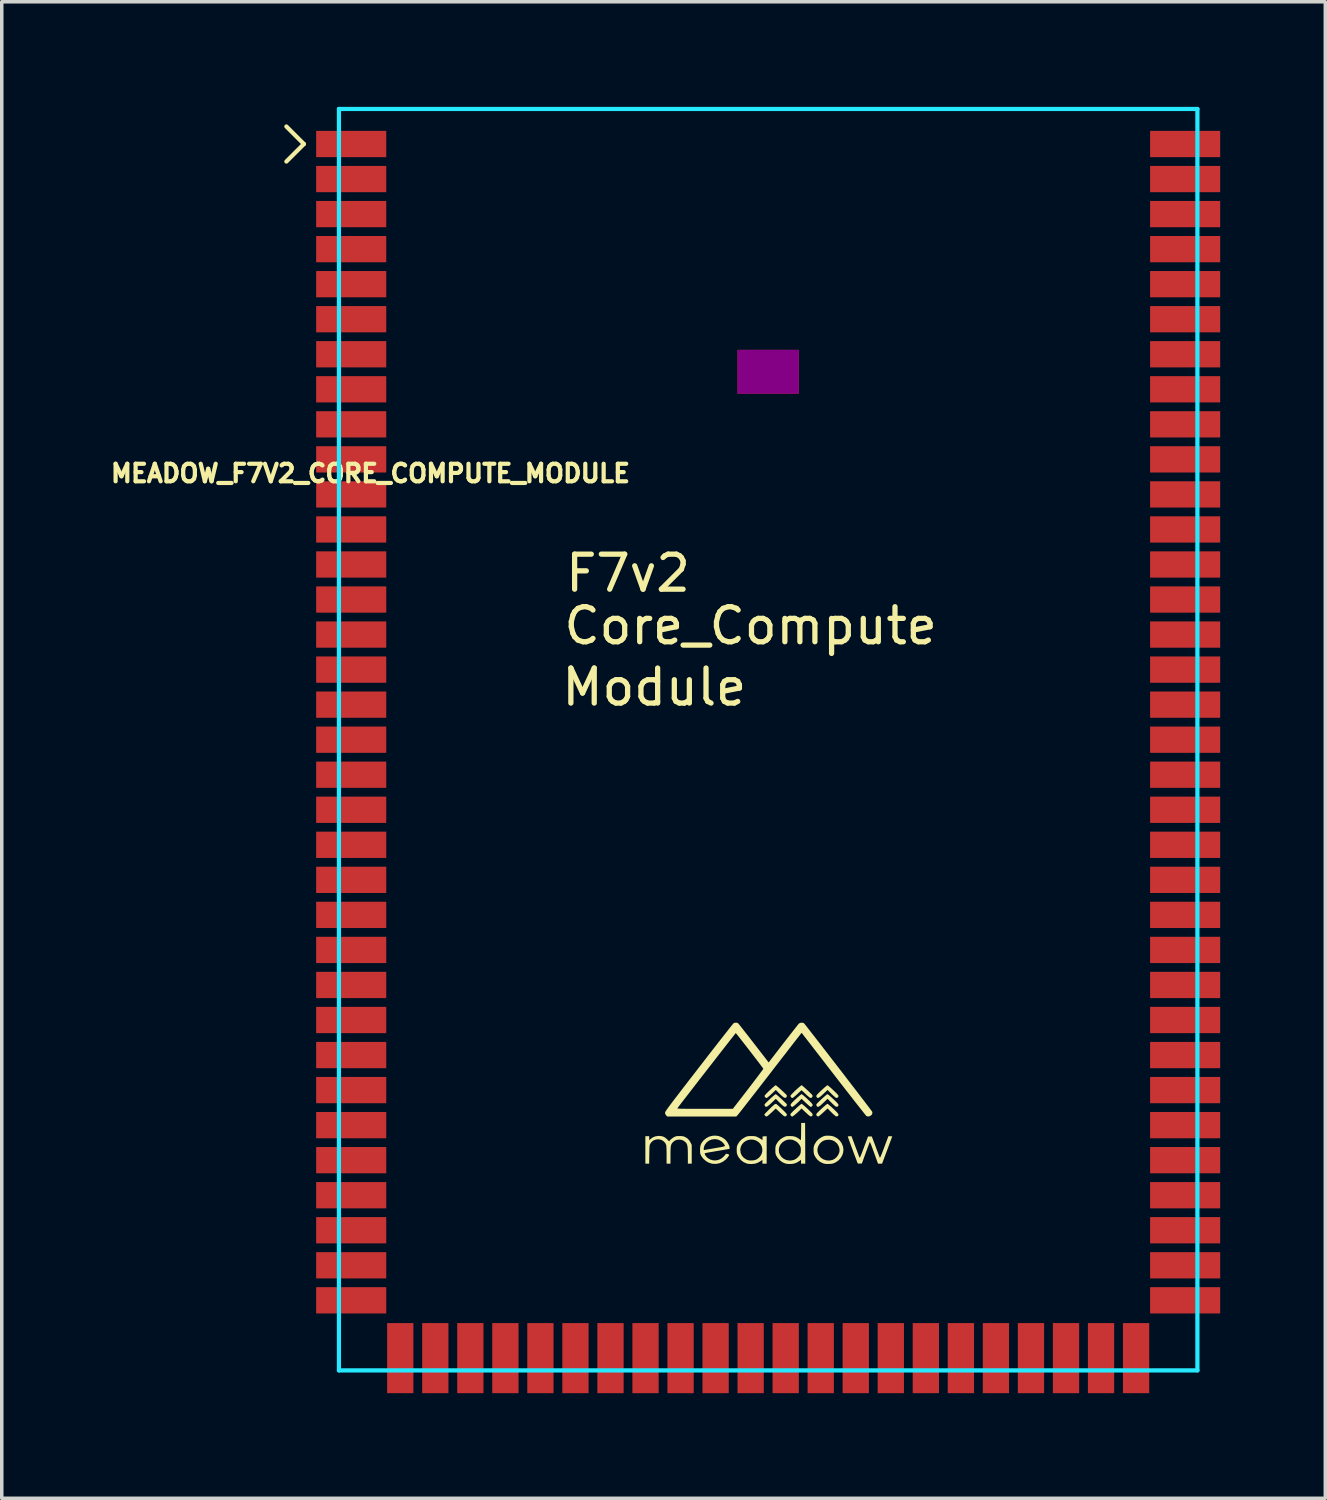
<source format=kicad_pcb>
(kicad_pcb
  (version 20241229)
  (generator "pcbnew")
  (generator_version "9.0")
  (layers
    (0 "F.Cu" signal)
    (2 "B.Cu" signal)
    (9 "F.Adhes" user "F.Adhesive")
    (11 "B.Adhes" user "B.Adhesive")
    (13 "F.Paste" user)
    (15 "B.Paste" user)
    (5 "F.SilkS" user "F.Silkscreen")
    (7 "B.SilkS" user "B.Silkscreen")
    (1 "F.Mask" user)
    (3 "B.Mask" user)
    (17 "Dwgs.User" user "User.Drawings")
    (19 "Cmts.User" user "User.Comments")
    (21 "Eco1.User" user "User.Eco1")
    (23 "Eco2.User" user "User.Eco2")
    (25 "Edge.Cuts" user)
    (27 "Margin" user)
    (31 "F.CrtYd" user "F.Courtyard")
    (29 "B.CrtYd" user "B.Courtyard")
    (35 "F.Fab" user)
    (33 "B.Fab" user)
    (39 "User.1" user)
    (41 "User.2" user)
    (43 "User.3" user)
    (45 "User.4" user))
  (footprint "MEADOW_F7V2_CORE_COMPUTE_MODULE"
    (layer "F.Cu")
    (at 18.873 14.06)
    (property "Reference" "MEADOW_F7V2_CORE_COMPUTE_MODULE" (at -11.35 -3.6 180) (layer "F.SilkS") (effects (font (size 0.5 0.5) (thickness 0.12))))
    (attr smd)
    (fp_line (start -13.75 -13.5) (end -13.25 -13) (stroke (width 0.12) (type solid)) (layer "F.SilkS"))
    (fp_line (start -13.25 -13) (end -13.75 -12.5) (stroke (width 0.12) (type solid)) (layer "F.SilkS"))
    (fp_poly (pts (xy 1.705 14.123) (xy 1.731 14.143) (xy 1.767 14.174) (xy 1.811 14.213) (xy 1.858 14.256) (xy 1.913 14.308) (xy 1.953 14.348) (xy 1.98 14.378) (xy 1.997 14.4) (xy 2.005 14.417) (xy 2.007 14.427) (xy 1.998 14.456) (xy 1.974 14.474) (xy 1.941 14.476) (xy 1.937 14.475) (xy 1.921 14.465) (xy 1.893 14.443) (xy 1.857 14.41) (xy 1.816 14.371) (xy 1.804 14.359) (xy 1.695 14.249) (xy 1.574 14.364) (xy 1.52 14.415) (xy 1.479 14.449) (xy 1.447 14.47) (xy 1.424 14.479) (xy 1.405 14.475) (xy 1.39 14.461) (xy 1.384 14.453) (xy 1.373 14.427) (xy 1.378 14.404) (xy 1.391 14.388) (xy 1.416 14.361) (xy 1.451 14.326) (xy 1.492 14.287) (xy 1.536 14.246) (xy 1.58 14.206) (xy 1.621 14.17) (xy 1.655 14.141) (xy 1.68 14.122) (xy 1.692 14.116) (xy 1.705 14.123)) (stroke (width 0) (type solid)) (fill yes) (layer "F.SilkS"))
    (fp_poly (pts (xy 0.228 14.123) (xy 0.253 14.143) (xy 0.288 14.172) (xy 0.329 14.208) (xy 0.373 14.248) (xy 0.417 14.289) (xy 0.458 14.328) (xy 0.493 14.362) (xy 0.519 14.388) (xy 0.532 14.404) (xy 0.533 14.406) (xy 0.533 14.432) (xy 0.518 14.458) (xy 0.494 14.474) (xy 0.492 14.475) (xy 0.474 14.475) (xy 0.453 14.468) (xy 0.426 14.45) (xy 0.391 14.421) (xy 0.346 14.379) (xy 0.299 14.332) (xy 0.218 14.249) (xy 0.097 14.364) (xy 0.043 14.414) (xy 0.001 14.449) (xy -0.03 14.47) (xy -0.054 14.479) (xy -0.072 14.475) (xy -0.088 14.461) (xy -0.093 14.453) (xy -0.105 14.426) (xy -0.1 14.405) (xy -0.087 14.389) (xy -0.062 14.362) (xy -0.027 14.328) (xy 0.014 14.288) (xy 0.058 14.247) (xy 0.102 14.207) (xy 0.143 14.171) (xy 0.178 14.142) (xy 0.203 14.123) (xy 0.216 14.116) (xy 0.228 14.123)) (stroke (width 0) (type solid)) (fill yes) (layer "F.SilkS"))
    (fp_poly (pts (xy 1.705 14.398) (xy 1.731 14.419) (xy 1.767 14.449) (xy 1.811 14.488) (xy 1.858 14.532) (xy 1.913 14.584) (xy 1.953 14.624) (xy 1.98 14.654) (xy 1.997 14.676) (xy 2.005 14.693) (xy 2.007 14.702) (xy 1.998 14.731) (xy 1.974 14.749) (xy 1.941 14.752) (xy 1.937 14.751) (xy 1.921 14.741) (xy 1.893 14.718) (xy 1.857 14.686) (xy 1.816 14.647) (xy 1.804 14.635) (xy 1.695 14.525) (xy 1.571 14.64) (xy 1.526 14.68) (xy 1.487 14.714) (xy 1.455 14.739) (xy 1.434 14.753) (xy 1.429 14.755) (xy 1.409 14.748) (xy 1.39 14.733) (xy 1.374 14.714) (xy 1.37 14.697) (xy 1.38 14.677) (xy 1.403 14.649) (xy 1.43 14.62) (xy 1.466 14.585) (xy 1.508 14.545) (xy 1.552 14.505) (xy 1.595 14.467) (xy 1.634 14.433) (xy 1.666 14.408) (xy 1.686 14.394) (xy 1.692 14.391) (xy 1.705 14.398)) (stroke (width 0) (type solid)) (fill yes) (layer "F.SilkS"))
    (fp_poly (pts (xy 1.706 13.869) (xy 1.732 13.89) (xy 1.768 13.92) (xy 1.812 13.959) (xy 1.858 14.003) (xy 1.913 14.055) (xy 1.953 14.095) (xy 1.981 14.125) (xy 1.997 14.148) (xy 2.006 14.164) (xy 2.007 14.173) (xy 1.998 14.202) (xy 1.974 14.22) (xy 1.941 14.223) (xy 1.937 14.222) (xy 1.921 14.212) (xy 1.893 14.189) (xy 1.857 14.157) (xy 1.816 14.118) (xy 1.804 14.106) (xy 1.695 13.996) (xy 1.573 14.111) (xy 1.519 14.161) (xy 1.478 14.195) (xy 1.447 14.216) (xy 1.423 14.225) (xy 1.405 14.221) (xy 1.39 14.208) (xy 1.386 14.203) (xy 1.377 14.188) (xy 1.373 14.174) (xy 1.377 14.159) (xy 1.388 14.139) (xy 1.41 14.114) (xy 1.443 14.08) (xy 1.489 14.036) (xy 1.547 13.982) (xy 1.592 13.941) (xy 1.632 13.906) (xy 1.665 13.88) (xy 1.686 13.865) (xy 1.693 13.862) (xy 1.706 13.869)) (stroke (width 0) (type solid)) (fill yes) (layer "F.SilkS"))
    (fp_poly (pts (xy 0.228 13.869) (xy 0.253 13.889) (xy 0.288 13.918) (xy 0.329 13.954) (xy 0.373 13.994) (xy 0.417 14.035) (xy 0.459 14.074) (xy 0.494 14.108) (xy 0.519 14.135) (xy 0.532 14.151) (xy 0.533 14.152) (xy 0.533 14.179) (xy 0.518 14.205) (xy 0.494 14.221) (xy 0.492 14.221) (xy 0.473 14.221) (xy 0.448 14.21) (xy 0.416 14.187) (xy 0.374 14.151) (xy 0.322 14.101) (xy 0.288 14.068) (xy 0.218 13.996) (xy 0.096 14.111) (xy 0.052 14.151) (xy 0.013 14.185) (xy -0.019 14.21) (xy -0.04 14.224) (xy -0.045 14.226) (xy -0.068 14.218) (xy -0.087 14.205) (xy -0.102 14.178) (xy -0.102 14.16) (xy -0.092 14.145) (xy -0.069 14.119) (xy -0.036 14.084) (xy 0.004 14.045) (xy 0.048 14.003) (xy 0.093 13.962) (xy 0.135 13.924) (xy 0.171 13.893) (xy 0.199 13.871) (xy 0.215 13.862) (xy 0.216 13.862) (xy 0.228 13.869)) (stroke (width 0) (type solid)) (fill yes) (layer "F.SilkS"))
    (fp_poly (pts (xy 0.967 14.123) (xy 0.994 14.143) (xy 1.03 14.174) (xy 1.074 14.212) (xy 1.12 14.255) (xy 1.174 14.306) (xy 1.214 14.345) (xy 1.241 14.375) (xy 1.258 14.396) (xy 1.266 14.413) (xy 1.269 14.425) (xy 1.259 14.456) (xy 1.234 14.475) (xy 1.211 14.479) (xy 1.199 14.472) (xy 1.173 14.452) (xy 1.138 14.422) (xy 1.097 14.385) (xy 1.075 14.364) (xy 0.952 14.249) (xy 0.904 14.299) (xy 0.867 14.336) (xy 0.826 14.374) (xy 0.785 14.411) (xy 0.747 14.442) (xy 0.716 14.466) (xy 0.697 14.478) (xy 0.692 14.479) (xy 0.672 14.474) (xy 0.66 14.468) (xy 0.645 14.448) (xy 0.64 14.425) (xy 0.643 14.411) (xy 0.652 14.395) (xy 0.669 14.373) (xy 0.697 14.343) (xy 0.737 14.304) (xy 0.789 14.255) (xy 0.837 14.21) (xy 0.88 14.172) (xy 0.916 14.142) (xy 0.942 14.122) (xy 0.954 14.116) (xy 0.967 14.123)) (stroke (width 0) (type solid)) (fill yes) (layer "F.SilkS"))
    (fp_poly (pts (xy 0.229 14.396) (xy 0.243 14.406) (xy 0.27 14.428) (xy 0.307 14.461) (xy 0.351 14.501) (xy 0.395 14.543) (xy 0.447 14.594) (xy 0.485 14.632) (xy 0.511 14.66) (xy 0.527 14.68) (xy 0.534 14.695) (xy 0.534 14.706) (xy 0.534 14.709) (xy 0.519 14.734) (xy 0.501 14.747) (xy 0.487 14.751) (xy 0.473 14.751) (xy 0.456 14.744) (xy 0.433 14.728) (xy 0.402 14.701) (xy 0.359 14.662) (xy 0.321 14.626) (xy 0.216 14.527) (xy 0.095 14.641) (xy 0.051 14.681) (xy 0.012 14.715) (xy -0.02 14.74) (xy -0.041 14.753) (xy -0.046 14.755) (xy -0.068 14.748) (xy -0.087 14.733) (xy -0.104 14.712) (xy -0.11 14.697) (xy -0.102 14.686) (xy -0.082 14.663) (xy -0.051 14.63) (xy -0.013 14.592) (xy 0.028 14.55) (xy 0.071 14.509) (xy 0.111 14.471) (xy 0.147 14.438) (xy 0.174 14.415) (xy 0.185 14.406) (xy 0.21 14.396) (xy 0.229 14.396)) (stroke (width 0) (type solid)) (fill yes) (layer "F.SilkS"))
    (fp_poly (pts (xy 0.967 13.869) (xy 0.992 13.889) (xy 1.025 13.918) (xy 1.066 13.954) (xy 1.109 13.994) (xy 1.153 14.034) (xy 1.193 14.073) (xy 1.226 14.106) (xy 1.251 14.131) (xy 1.26 14.143) (xy 1.268 14.17) (xy 1.259 14.198) (xy 1.238 14.218) (xy 1.211 14.226) (xy 1.194 14.218) (xy 1.164 14.197) (xy 1.127 14.166) (xy 1.099 14.14) (xy 1.06 14.103) (xy 1.023 14.068) (xy 0.994 14.041) (xy 0.98 14.029) (xy 0.95 14.003) (xy 0.831 14.114) (xy 0.788 14.154) (xy 0.749 14.187) (xy 0.718 14.212) (xy 0.698 14.225) (xy 0.693 14.226) (xy 0.671 14.218) (xy 0.652 14.205) (xy 0.637 14.178) (xy 0.637 14.16) (xy 0.647 14.145) (xy 0.67 14.119) (xy 0.703 14.084) (xy 0.743 14.044) (xy 0.787 14.002) (xy 0.832 13.961) (xy 0.874 13.924) (xy 0.911 13.893) (xy 0.938 13.871) (xy 0.954 13.862) (xy 0.955 13.862) (xy 0.967 13.869)) (stroke (width 0) (type solid)) (fill yes) (layer "F.SilkS"))
    (fp_poly (pts (xy 0.967 14.398) (xy 0.993 14.419) (xy 1.03 14.449) (xy 1.074 14.488) (xy 1.12 14.531) (xy 1.174 14.582) (xy 1.213 14.621) (xy 1.241 14.65) (xy 1.258 14.671) (xy 1.266 14.688) (xy 1.269 14.701) (xy 1.269 14.702) (xy 1.262 14.73) (xy 1.242 14.746) (xy 1.227 14.751) (xy 1.213 14.751) (xy 1.196 14.745) (xy 1.174 14.729) (xy 1.144 14.704) (xy 1.103 14.667) (xy 1.058 14.625) (xy 0.952 14.525) (xy 0.915 14.564) (xy 0.882 14.597) (xy 0.843 14.633) (xy 0.802 14.67) (xy 0.763 14.703) (xy 0.729 14.73) (xy 0.704 14.748) (xy 0.693 14.754) (xy 0.669 14.749) (xy 0.665 14.748) (xy 0.644 14.729) (xy 0.635 14.701) (xy 0.64 14.679) (xy 0.653 14.662) (xy 0.678 14.636) (xy 0.713 14.601) (xy 0.754 14.562) (xy 0.798 14.521) (xy 0.842 14.481) (xy 0.883 14.445) (xy 0.918 14.417) (xy 0.942 14.398) (xy 0.954 14.391) (xy 0.967 14.398)) (stroke (width 0) (type solid)) (fill yes) (layer "F.SilkS"))
    (fp_poly (pts (xy -0.424 15.313) (xy -0.385 15.316) (xy -0.353 15.322) (xy -0.322 15.334) (xy -0.305 15.342) (xy -0.264 15.363) (xy -0.224 15.386) (xy -0.204 15.4) (xy -0.166 15.429) (xy -0.162 15.376) (xy -0.159 15.323) (xy -0.101 15.319) (xy -0.043 15.316) (xy -0.043 16.1) (xy -0.165 16.1) (xy -0.165 15.99) (xy -0.219 16.029) (xy -0.299 16.075) (xy -0.383 16.102) (xy -0.477 16.11) (xy -0.481 16.11) (xy -0.53 16.108) (xy -0.577 16.103) (xy -0.612 16.095) (xy -0.613 16.095) (xy -0.7 16.057) (xy -0.775 16.001) (xy -0.836 15.928) (xy -0.869 15.87) (xy -0.883 15.835) (xy -0.892 15.802) (xy -0.897 15.763) (xy -0.898 15.711) (xy -0.898 15.709) (xy -0.898 15.708) (xy -0.796 15.708) (xy -0.786 15.79) (xy -0.756 15.862) (xy -0.708 15.922) (xy -0.643 15.971) (xy -0.585 15.997) (xy -0.539 16.007) (xy -0.482 16.009) (xy -0.422 16.005) (xy -0.368 15.994) (xy -0.335 15.981) (xy -0.269 15.936) (xy -0.219 15.88) (xy -0.185 15.815) (xy -0.168 15.747) (xy -0.168 15.677) (xy -0.184 15.608) (xy -0.217 15.545) (xy -0.266 15.49) (xy -0.332 15.446) (xy -0.338 15.443) (xy -0.414 15.417) (xy -0.49 15.411) (xy -0.563 15.421) (xy -0.632 15.448) (xy -0.692 15.488) (xy -0.741 15.541) (xy -0.776 15.604) (xy -0.794 15.676) (xy -0.796 15.708) (xy -0.898 15.708) (xy -0.897 15.657) (xy -0.893 15.619) (xy -0.885 15.588) (xy -0.871 15.555) (xy -0.867 15.546) (xy -0.815 15.466) (xy -0.747 15.399) (xy -0.665 15.348) (xy -0.663 15.347) (xy -0.626 15.33) (xy -0.596 15.32) (xy -0.565 15.315) (xy -0.524 15.312) (xy -0.479 15.312) (xy -0.424 15.313)) (stroke (width 0) (type solid)) (fill yes) (layer "F.SilkS"))
    (fp_poly (pts (xy 1.715 15.302) (xy 1.777 15.304) (xy 1.825 15.311) (xy 1.869 15.324) (xy 1.878 15.327) (xy 1.964 15.372) (xy 2.036 15.434) (xy 2.093 15.51) (xy 2.131 15.598) (xy 2.135 15.609) (xy 2.148 15.693) (xy 2.141 15.778) (xy 2.115 15.859) (xy 2.072 15.935) (xy 2.013 16.001) (xy 1.94 16.054) (xy 1.908 16.071) (xy 1.87 16.088) (xy 1.836 16.099) (xy 1.798 16.105) (xy 1.749 16.108) (xy 1.732 16.108) (xy 1.67 16.109) (xy 1.622 16.104) (xy 1.582 16.095) (xy 1.57 16.091) (xy 1.482 16.049) (xy 1.408 15.99) (xy 1.35 15.915) (xy 1.325 15.869) (xy 1.31 15.834) (xy 1.302 15.801) (xy 1.297 15.762) (xy 1.297 15.73) (xy 1.405 15.73) (xy 1.418 15.8) (xy 1.449 15.865) (xy 1.497 15.923) (xy 1.562 15.97) (xy 1.583 15.98) (xy 1.662 16.006) (xy 1.746 16.012) (xy 1.828 15.996) (xy 1.833 15.995) (xy 1.898 15.962) (xy 1.955 15.911) (xy 2 15.849) (xy 2.029 15.779) (xy 2.036 15.743) (xy 2.035 15.677) (xy 2.016 15.609) (xy 1.982 15.546) (xy 1.96 15.519) (xy 1.901 15.467) (xy 1.836 15.434) (xy 1.762 15.418) (xy 1.721 15.417) (xy 1.64 15.424) (xy 1.571 15.448) (xy 1.511 15.49) (xy 1.48 15.521) (xy 1.435 15.587) (xy 1.41 15.658) (xy 1.405 15.73) (xy 1.297 15.73) (xy 1.296 15.71) (xy 1.296 15.708) (xy 1.297 15.658) (xy 1.301 15.621) (xy 1.309 15.59) (xy 1.323 15.556) (xy 1.332 15.536) (xy 1.382 15.458) (xy 1.448 15.393) (xy 1.532 15.341) (xy 1.542 15.336) (xy 1.581 15.318) (xy 1.613 15.308) (xy 1.647 15.303) (xy 1.691 15.301) (xy 1.715 15.302)) (stroke (width 0) (type solid)) (fill yes) (layer "F.SilkS"))
    (fp_poly (pts (xy 1.057 15.518) (xy 1.059 16.1) (xy 0.938 16.1) (xy 0.938 15.99) (xy 0.883 16.029) (xy 0.804 16.075) (xy 0.719 16.102) (xy 0.625 16.11) (xy 0.621 16.11) (xy 0.572 16.108) (xy 0.525 16.103) (xy 0.49 16.095) (xy 0.489 16.095) (xy 0.405 16.058) (xy 0.33 16.002) (xy 0.267 15.931) (xy 0.231 15.871) (xy 0.218 15.841) (xy 0.21 15.81) (xy 0.206 15.771) (xy 0.205 15.717) (xy 0.205 15.714) (xy 0.205 15.707) (xy 0.303 15.707) (xy 0.31 15.779) (xy 0.335 15.845) (xy 0.375 15.902) (xy 0.427 15.95) (xy 0.49 15.985) (xy 0.56 16.006) (xy 0.635 16.012) (xy 0.714 15.999) (xy 0.742 15.99) (xy 0.799 15.959) (xy 0.853 15.913) (xy 0.898 15.859) (xy 0.912 15.835) (xy 0.925 15.799) (xy 0.931 15.749) (xy 0.932 15.714) (xy 0.931 15.667) (xy 0.926 15.633) (xy 0.914 15.601) (xy 0.898 15.571) (xy 0.851 15.508) (xy 0.787 15.459) (xy 0.708 15.424) (xy 0.698 15.421) (xy 0.623 15.41) (xy 0.548 15.418) (xy 0.477 15.445) (xy 0.413 15.486) (xy 0.361 15.54) (xy 0.323 15.606) (xy 0.315 15.631) (xy 0.303 15.707) (xy 0.205 15.707) (xy 0.206 15.661) (xy 0.209 15.622) (xy 0.216 15.59) (xy 0.229 15.558) (xy 0.234 15.547) (xy 0.281 15.472) (xy 0.345 15.407) (xy 0.422 15.356) (xy 0.44 15.347) (xy 0.477 15.33) (xy 0.509 15.319) (xy 0.542 15.314) (xy 0.585 15.312) (xy 0.618 15.312) (xy 0.697 15.315) (xy 0.761 15.328) (xy 0.818 15.351) (xy 0.874 15.387) (xy 0.878 15.39) (xy 0.906 15.411) (xy 0.926 15.424) (xy 0.932 15.428) (xy 0.934 15.417) (xy 0.936 15.388) (xy 0.937 15.342) (xy 0.939 15.285) (xy 0.94 15.217) (xy 0.94 15.182) (xy 0.943 14.937) (xy 1.054 14.937) (xy 1.057 15.518)) (stroke (width 0) (type solid)) (fill yes) (layer "F.SilkS"))
    (fp_poly (pts (xy -3.048 15.314) (xy -3.015 15.322) (xy -2.972 15.338) (xy -2.934 15.362) (xy -2.892 15.398) (xy -2.89 15.4) (xy -2.828 15.461) (xy -2.786 15.416) (xy -2.75 15.385) (xy -2.707 15.354) (xy -2.686 15.342) (xy -2.654 15.327) (xy -2.625 15.318) (xy -2.592 15.313) (xy -2.545 15.312) (xy -2.529 15.312) (xy -2.474 15.313) (xy -2.434 15.318) (xy -2.4 15.327) (xy -2.375 15.337) (xy -2.307 15.378) (xy -2.254 15.432) (xy -2.214 15.499) (xy -2.182 15.565) (xy -2.182 15.833) (xy -2.182 16.1) (xy -2.292 16.1) (xy -2.292 15.865) (xy -2.293 15.77) (xy -2.295 15.694) (xy -2.299 15.635) (xy -2.306 15.588) (xy -2.316 15.552) (xy -2.329 15.524) (xy -2.347 15.5) (xy -2.361 15.486) (xy -2.415 15.444) (xy -2.471 15.421) (xy -2.536 15.413) (xy -2.54 15.413) (xy -2.614 15.422) (xy -2.678 15.451) (xy -2.731 15.499) (xy -2.748 15.523) (xy -2.762 15.547) (xy -2.772 15.576) (xy -2.779 15.611) (xy -2.784 15.657) (xy -2.787 15.716) (xy -2.788 15.792) (xy -2.788 15.862) (xy -2.788 16.1) (xy -2.899 16.1) (xy -2.899 15.855) (xy -2.899 15.779) (xy -2.901 15.709) (xy -2.903 15.649) (xy -2.906 15.602) (xy -2.909 15.573) (xy -2.91 15.568) (xy -2.935 15.515) (xy -2.977 15.467) (xy -3.031 15.43) (xy -3.037 15.427) (xy -3.098 15.408) (xy -3.165 15.405) (xy -3.23 15.418) (xy -3.286 15.445) (xy -3.287 15.445) (xy -3.321 15.475) (xy -3.353 15.513) (xy -3.362 15.527) (xy -3.37 15.543) (xy -3.377 15.559) (xy -3.382 15.578) (xy -3.386 15.602) (xy -3.388 15.635) (xy -3.39 15.68) (xy -3.391 15.74) (xy -3.392 15.818) (xy -3.393 15.838) (xy -3.396 16.1) (xy -3.505 16.1) (xy -3.505 15.317) (xy -3.395 15.317) (xy -3.395 15.432) (xy -3.359 15.398) (xy -3.293 15.35) (xy -3.217 15.32) (xy -3.134 15.307) (xy -3.048 15.314)) (stroke (width 0) (type solid)) (fill yes) (layer "F.SilkS"))
    (fp_poly (pts (xy 2.486 15.607) (xy 2.515 15.683) (xy 2.542 15.754) (xy 2.565 15.817) (xy 2.584 15.868) (xy 2.598 15.904) (xy 2.605 15.923) (xy 2.605 15.924) (xy 2.609 15.929) (xy 2.614 15.928) (xy 2.622 15.917) (xy 2.633 15.895) (xy 2.648 15.86) (xy 2.668 15.81) (xy 2.693 15.744) (xy 2.725 15.659) (xy 2.733 15.637) (xy 2.851 15.323) (xy 2.957 15.323) (xy 3.067 15.615) (xy 3.095 15.692) (xy 3.122 15.762) (xy 3.145 15.824) (xy 3.164 15.874) (xy 3.177 15.909) (xy 3.184 15.927) (xy 3.185 15.928) (xy 3.19 15.93) (xy 3.198 15.919) (xy 3.211 15.894) (xy 3.228 15.853) (xy 3.252 15.793) (xy 3.28 15.719) (xy 3.308 15.645) (xy 3.335 15.573) (xy 3.359 15.507) (xy 3.381 15.451) (xy 3.396 15.41) (xy 3.399 15.403) (xy 3.431 15.317) (xy 3.485 15.317) (xy 3.517 15.318) (xy 3.536 15.321) (xy 3.54 15.323) (xy 3.536 15.335) (xy 3.525 15.365) (xy 3.508 15.41) (xy 3.486 15.47) (xy 3.46 15.54) (xy 3.43 15.62) (xy 3.398 15.707) (xy 3.395 15.715) (xy 3.25 16.1) (xy 3.135 16.1) (xy 3.021 15.786) (xy 2.993 15.708) (xy 2.967 15.637) (xy 2.944 15.576) (xy 2.925 15.528) (xy 2.911 15.495) (xy 2.903 15.479) (xy 2.902 15.477) (xy 2.897 15.489) (xy 2.885 15.519) (xy 2.868 15.564) (xy 2.846 15.622) (xy 2.821 15.69) (xy 2.793 15.766) (xy 2.785 15.789) (xy 2.674 16.094) (xy 2.616 16.098) (xy 2.582 16.099) (xy 2.563 16.095) (xy 2.552 16.084) (xy 2.546 16.07) (xy 2.529 16.025) (xy 2.508 15.968) (xy 2.483 15.902) (xy 2.455 15.829) (xy 2.427 15.752) (xy 2.398 15.673) (xy 2.369 15.597) (xy 2.343 15.524) (xy 2.319 15.459) (xy 2.299 15.404) (xy 2.284 15.362) (xy 2.274 15.336) (xy 2.272 15.327) (xy 2.282 15.322) (xy 2.307 15.318) (xy 2.325 15.317) (xy 2.378 15.317) (xy 2.486 15.607)) (stroke (width 0) (type solid)) (fill yes) (layer "F.SilkS"))
    (fp_poly (pts (xy -1.42 15.31) (xy -1.334 15.341) (xy -1.255 15.39) (xy -1.22 15.42) (xy -1.183 15.462) (xy -1.15 15.513) (xy -1.123 15.565) (xy -1.106 15.613) (xy -1.102 15.644) (xy -1.102 15.678) (xy -1.237 15.701) (xy -1.293 15.711) (xy -1.365 15.723) (xy -1.445 15.736) (xy -1.526 15.75) (xy -1.583 15.76) (xy -1.649 15.771) (xy -1.709 15.781) (xy -1.757 15.791) (xy -1.791 15.798) (xy -1.808 15.803) (xy -1.808 15.803) (xy -1.812 15.817) (xy -1.803 15.842) (xy -1.785 15.873) (xy -1.76 15.905) (xy -1.731 15.934) (xy -1.716 15.946) (xy -1.643 15.986) (xy -1.565 16.006) (xy -1.485 16.007) (xy -1.407 15.988) (xy -1.333 15.951) (xy -1.269 15.897) (xy -1.242 15.867) (xy -1.221 15.841) (xy -1.211 15.826) (xy -1.21 15.826) (xy -1.204 15.818) (xy -1.187 15.818) (xy -1.159 15.825) (xy -1.131 15.835) (xy -1.114 15.845) (xy -1.113 15.848) (xy -1.12 15.869) (xy -1.139 15.899) (xy -1.166 15.934) (xy -1.197 15.969) (xy -1.215 15.986) (xy -1.295 16.046) (xy -1.384 16.086) (xy -1.479 16.106) (xy -1.577 16.104) (xy -1.609 16.099) (xy -1.694 16.072) (xy -1.775 16.026) (xy -1.845 15.965) (xy -1.902 15.892) (xy -1.919 15.86) (xy -1.932 15.83) (xy -1.94 15.801) (xy -1.943 15.764) (xy -1.944 15.713) (xy -1.944 15.703) (xy -1.944 15.686) (xy -1.84 15.686) (xy -1.836 15.707) (xy -1.826 15.712) (xy -1.812 15.709) (xy -1.779 15.702) (xy -1.731 15.694) (xy -1.669 15.683) (xy -1.598 15.671) (xy -1.523 15.658) (xy -1.432 15.642) (xy -1.36 15.63) (xy -1.307 15.619) (xy -1.27 15.61) (xy -1.246 15.603) (xy -1.235 15.597) (xy -1.234 15.593) (xy -1.242 15.569) (xy -1.262 15.537) (xy -1.291 15.503) (xy -1.323 15.473) (xy -1.338 15.462) (xy -1.397 15.427) (xy -1.451 15.408) (xy -1.511 15.401) (xy -1.532 15.4) (xy -1.615 15.411) (xy -1.689 15.442) (xy -1.753 15.49) (xy -1.803 15.554) (xy -1.819 15.586) (xy -1.831 15.62) (xy -1.838 15.655) (xy -1.84 15.686) (xy -1.944 15.686) (xy -1.94 15.628) (xy -1.928 15.568) (xy -1.904 15.515) (xy -1.866 15.463) (xy -1.841 15.434) (xy -1.768 15.373) (xy -1.687 15.33) (xy -1.599 15.305) (xy -1.509 15.299) (xy -1.42 15.31)) (stroke (width 0) (type solid)) (fill yes) (layer "F.SilkS"))
    (fp_poly (pts (xy -0.871 12.085) (xy -0.856 12.095) (xy -0.846 12.107) (xy -0.823 12.135) (xy -0.789 12.177) (xy -0.746 12.232) (xy -0.694 12.299) (xy -0.634 12.375) (xy -0.568 12.459) (xy -0.498 12.55) (xy -0.423 12.646) (xy -0.41 12.663) (xy 0.014 13.211) (xy 0.432 12.668) (xy 0.507 12.572) (xy 0.578 12.48) (xy 0.645 12.395) (xy 0.706 12.317) (xy 0.759 12.249) (xy 0.805 12.191) (xy 0.84 12.147) (xy 0.865 12.116) (xy 0.878 12.102) (xy 0.879 12.101) (xy 0.913 12.082) (xy 0.955 12.076) (xy 0.996 12.081) (xy 1.024 12.095) (xy 1.034 12.107) (xy 1.056 12.135) (xy 1.09 12.177) (xy 1.135 12.234) (xy 1.189 12.303) (xy 1.251 12.384) (xy 1.322 12.474) (xy 1.399 12.574) (xy 1.483 12.681) (xy 1.571 12.796) (xy 1.664 12.915) (xy 1.759 13.039) (xy 1.857 13.165) (xy 1.956 13.294) (xy 2.056 13.423) (xy 2.155 13.551) (xy 2.252 13.678) (xy 2.347 13.802) (xy 2.439 13.921) (xy 2.527 14.035) (xy 2.609 14.143) (xy 2.685 14.242) (xy 2.755 14.333) (xy 2.816 14.414) (xy 2.869 14.483) (xy 2.911 14.539) (xy 2.943 14.582) (xy 2.964 14.61) (xy 2.971 14.621) (xy 2.971 14.621) (xy 2.974 14.661) (xy 2.959 14.698) (xy 2.931 14.727) (xy 2.894 14.747) (xy 2.852 14.754) (xy 2.811 14.744) (xy 2.805 14.741) (xy 2.795 14.731) (xy 2.773 14.704) (xy 2.739 14.662) (xy 2.694 14.605) (xy 2.639 14.536) (xy 2.574 14.453) (xy 2.5 14.36) (xy 2.419 14.256) (xy 2.331 14.143) (xy 2.236 14.021) (xy 2.136 13.893) (xy 2.031 13.758) (xy 1.923 13.618) (xy 1.869 13.548) (xy 1.759 13.406) (xy 1.653 13.269) (xy 1.552 13.137) (xy 1.456 13.013) (xy 1.365 12.896) (xy 1.282 12.789) (xy 1.207 12.691) (xy 1.139 12.604) (xy 1.081 12.529) (xy 1.033 12.467) (xy 0.996 12.419) (xy 0.97 12.385) (xy 0.957 12.368) (xy 0.955 12.366) (xy 0.948 12.374) (xy 0.929 12.399) (xy 0.897 12.439) (xy 0.855 12.493) (xy 0.802 12.561) (xy 0.739 12.641) (xy 0.668 12.733) (xy 0.589 12.835) (xy 0.503 12.947) (xy 0.41 13.066) (xy 0.312 13.193) (xy 0.208 13.327) (xy 0.101 13.466) (xy 0.061 13.518) (xy -0.048 13.659) (xy -0.154 13.796) (xy -0.256 13.928) (xy -0.353 14.053) (xy -0.445 14.17) (xy -0.529 14.279) (xy -0.607 14.378) (xy -0.676 14.467) (xy -0.736 14.544) (xy -0.786 14.608) (xy -0.826 14.658) (xy -0.854 14.692) (xy -0.869 14.711) (xy -0.871 14.714) (xy -0.912 14.755) (xy -2.878 14.755) (xy -2.91 14.723) (xy -2.934 14.692) (xy -2.942 14.657) (xy -2.943 14.648) (xy -2.942 14.641) (xy -2.94 14.633) (xy -2.935 14.622) (xy -2.927 14.607) (xy -2.915 14.589) (xy -2.899 14.565) (xy -2.879 14.535) (xy -2.867 14.518) (xy -2.59 14.518) (xy -2.589 14.522) (xy -2.585 14.524) (xy -2.574 14.527) (xy -2.557 14.529) (xy -2.531 14.53) (xy -2.495 14.532) (xy -2.448 14.533) (xy -2.388 14.533) (xy -2.313 14.534) (xy -2.223 14.534) (xy -2.115 14.534) (xy -1.988 14.534) (xy -1.841 14.534) (xy -1.805 14.534) (xy -1.008 14.534) (xy -0.572 13.97) (xy -0.497 13.872) (xy -0.426 13.779) (xy -0.36 13.692) (xy -0.301 13.614) (xy -0.249 13.545) (xy -0.206 13.487) (xy -0.172 13.442) (xy -0.15 13.41) (xy -0.139 13.394) (xy -0.138 13.392) (xy -0.145 13.381) (xy -0.164 13.355) (xy -0.193 13.315) (xy -0.232 13.263) (xy -0.278 13.202) (xy -0.331 13.133) (xy -0.389 13.058) (xy -0.449 12.979) (xy -0.512 12.898) (xy -0.575 12.816) (xy -0.637 12.736) (xy -0.697 12.659) (xy -0.753 12.588) (xy -0.803 12.523) (xy -0.847 12.468) (xy -0.882 12.424) (xy -0.908 12.393) (xy -0.922 12.376) (xy -0.925 12.374) (xy -0.932 12.382) (xy -0.952 12.407) (xy -0.983 12.446) (xy -1.025 12.5) (xy -1.077 12.565) (xy -1.136 12.641) (xy -1.204 12.728) (xy -1.277 12.822) (xy -1.357 12.924) (xy -1.441 13.032) (xy -1.528 13.144) (xy -1.618 13.26) (xy -1.709 13.377) (xy -1.801 13.496) (xy -1.893 13.613) (xy -1.983 13.729) (xy -2.07 13.842) (xy -2.154 13.951) (xy -2.234 14.054) (xy -2.308 14.15) (xy -2.376 14.237) (xy -2.436 14.315) (xy -2.488 14.383) (xy -2.53 14.438) (xy -2.562 14.48) (xy -2.582 14.507) (xy -2.588 14.514) (xy -2.59 14.518) (xy -2.867 14.518) (xy -2.852 14.498) (xy -2.819 14.453) (xy -2.779 14.4) (xy -2.732 14.337) (xy -2.677 14.264) (xy -2.612 14.18) (xy -2.538 14.084) (xy -2.454 13.974) (xy -2.359 13.851) (xy -2.253 13.713) (xy -2.134 13.56) (xy -2.003 13.39) (xy -1.981 13.361) (xy -1.867 13.215) (xy -1.758 13.073) (xy -1.652 12.937) (xy -1.551 12.807) (xy -1.456 12.685) (xy -1.368 12.572) (xy -1.286 12.468) (xy -1.213 12.375) (xy -1.149 12.293) (xy -1.095 12.224) (xy -1.05 12.169) (xy -1.018 12.128) (xy -0.997 12.103) (xy -0.989 12.095) (xy -0.952 12.078) (xy -0.909 12.075) (xy -0.871 12.085)) (stroke (width 0) (type solid)) (fill yes) (layer "F.SilkS"))
    (fp_poly (pts (xy 1.705 14.123) (xy 1.731 14.143) (xy 1.767 14.174) (xy 1.811 14.213) (xy 1.858 14.256) (xy 1.913 14.308) (xy 1.953 14.348) (xy 1.98 14.378) (xy 1.997 14.4) (xy 2.005 14.417) (xy 2.007 14.427) (xy 1.998 14.456) (xy 1.974 14.474) (xy 1.941 14.476) (xy 1.937 14.475) (xy 1.921 14.465) (xy 1.893 14.443) (xy 1.857 14.41) (xy 1.816 14.371) (xy 1.804 14.359) (xy 1.695 14.249) (xy 1.574 14.364) (xy 1.52 14.415) (xy 1.479 14.449) (xy 1.447 14.47) (xy 1.424 14.479) (xy 1.405 14.475) (xy 1.39 14.461) (xy 1.384 14.453) (xy 1.373 14.427) (xy 1.378 14.404) (xy 1.391 14.388) (xy 1.416 14.361) (xy 1.451 14.326) (xy 1.492 14.287) (xy 1.536 14.246) (xy 1.58 14.206) (xy 1.621 14.17) (xy 1.655 14.141) (xy 1.68 14.122) (xy 1.692 14.116) (xy 1.705 14.123)) (stroke (width 0.1) (type solid)) (fill no) (layer "Eco1.User"))
    (fp_poly (pts (xy 0.228 14.123) (xy 0.253 14.143) (xy 0.288 14.172) (xy 0.329 14.208) (xy 0.373 14.248) (xy 0.417 14.289) (xy 0.458 14.328) (xy 0.493 14.362) (xy 0.519 14.388) (xy 0.532 14.404) (xy 0.533 14.406) (xy 0.533 14.432) (xy 0.518 14.458) (xy 0.494 14.474) (xy 0.492 14.475) (xy 0.474 14.475) (xy 0.453 14.468) (xy 0.426 14.45) (xy 0.391 14.421) (xy 0.346 14.379) (xy 0.299 14.332) (xy 0.218 14.249) (xy 0.097 14.364) (xy 0.043 14.414) (xy 0.001 14.449) (xy -0.03 14.47) (xy -0.054 14.479) (xy -0.072 14.475) (xy -0.088 14.461) (xy -0.093 14.453) (xy -0.105 14.426) (xy -0.1 14.405) (xy -0.087 14.389) (xy -0.062 14.362) (xy -0.027 14.328) (xy 0.014 14.288) (xy 0.058 14.247) (xy 0.102 14.207) (xy 0.143 14.171) (xy 0.178 14.142) (xy 0.203 14.123) (xy 0.216 14.116) (xy 0.228 14.123)) (stroke (width 0.1) (type solid)) (fill no) (layer "Eco1.User"))
    (fp_poly (pts (xy 1.705 14.398) (xy 1.731 14.419) (xy 1.767 14.449) (xy 1.811 14.488) (xy 1.858 14.532) (xy 1.913 14.584) (xy 1.953 14.624) (xy 1.98 14.654) (xy 1.997 14.676) (xy 2.005 14.693) (xy 2.007 14.702) (xy 1.998 14.731) (xy 1.974 14.749) (xy 1.941 14.752) (xy 1.937 14.751) (xy 1.921 14.741) (xy 1.893 14.718) (xy 1.857 14.686) (xy 1.816 14.647) (xy 1.804 14.635) (xy 1.695 14.525) (xy 1.571 14.64) (xy 1.526 14.68) (xy 1.487 14.714) (xy 1.455 14.739) (xy 1.434 14.753) (xy 1.429 14.755) (xy 1.409 14.748) (xy 1.39 14.733) (xy 1.374 14.714) (xy 1.37 14.697) (xy 1.38 14.677) (xy 1.403 14.649) (xy 1.43 14.62) (xy 1.466 14.585) (xy 1.508 14.545) (xy 1.552 14.505) (xy 1.595 14.467) (xy 1.634 14.433) (xy 1.666 14.408) (xy 1.686 14.394) (xy 1.692 14.391) (xy 1.705 14.398)) (stroke (width 0.1) (type solid)) (fill no) (layer "Eco1.User"))
    (fp_poly (pts (xy 1.706 13.869) (xy 1.732 13.89) (xy 1.768 13.92) (xy 1.812 13.959) (xy 1.858 14.003) (xy 1.913 14.055) (xy 1.953 14.095) (xy 1.981 14.125) (xy 1.997 14.148) (xy 2.006 14.164) (xy 2.007 14.173) (xy 1.998 14.202) (xy 1.974 14.22) (xy 1.941 14.223) (xy 1.937 14.222) (xy 1.921 14.212) (xy 1.893 14.189) (xy 1.857 14.157) (xy 1.816 14.118) (xy 1.804 14.106) (xy 1.695 13.996) (xy 1.573 14.111) (xy 1.519 14.161) (xy 1.478 14.195) (xy 1.447 14.216) (xy 1.423 14.225) (xy 1.405 14.221) (xy 1.39 14.208) (xy 1.386 14.203) (xy 1.377 14.188) (xy 1.373 14.174) (xy 1.377 14.159) (xy 1.388 14.139) (xy 1.41 14.114) (xy 1.443 14.08) (xy 1.489 14.036) (xy 1.547 13.982) (xy 1.592 13.941) (xy 1.632 13.906) (xy 1.665 13.88) (xy 1.686 13.865) (xy 1.693 13.862) (xy 1.706 13.869)) (stroke (width 0.1) (type solid)) (fill no) (layer "Eco1.User"))
    (fp_poly (pts (xy 0.228 13.869) (xy 0.253 13.889) (xy 0.288 13.918) (xy 0.329 13.954) (xy 0.373 13.994) (xy 0.417 14.035) (xy 0.459 14.074) (xy 0.494 14.108) (xy 0.519 14.135) (xy 0.532 14.151) (xy 0.533 14.152) (xy 0.533 14.179) (xy 0.518 14.205) (xy 0.494 14.221) (xy 0.492 14.221) (xy 0.473 14.221) (xy 0.448 14.21) (xy 0.416 14.187) (xy 0.374 14.151) (xy 0.322 14.101) (xy 0.288 14.068) (xy 0.218 13.996) (xy 0.096 14.111) (xy 0.052 14.151) (xy 0.013 14.185) (xy -0.019 14.21) (xy -0.04 14.224) (xy -0.045 14.226) (xy -0.068 14.218) (xy -0.087 14.205) (xy -0.102 14.178) (xy -0.102 14.16) (xy -0.092 14.145) (xy -0.069 14.119) (xy -0.036 14.084) (xy 0.004 14.045) (xy 0.048 14.003) (xy 0.093 13.962) (xy 0.135 13.924) (xy 0.171 13.893) (xy 0.199 13.871) (xy 0.215 13.862) (xy 0.216 13.862) (xy 0.228 13.869)) (stroke (width 0.1) (type solid)) (fill no) (layer "Eco1.User"))
    (fp_poly (pts (xy 0.967 14.123) (xy 0.994 14.143) (xy 1.03 14.174) (xy 1.074 14.212) (xy 1.12 14.255) (xy 1.174 14.306) (xy 1.214 14.345) (xy 1.241 14.375) (xy 1.258 14.396) (xy 1.266 14.413) (xy 1.269 14.425) (xy 1.259 14.456) (xy 1.234 14.475) (xy 1.211 14.479) (xy 1.199 14.472) (xy 1.173 14.452) (xy 1.138 14.422) (xy 1.097 14.385) (xy 1.075 14.364) (xy 0.952 14.249) (xy 0.904 14.299) (xy 0.867 14.336) (xy 0.826 14.374) (xy 0.785 14.411) (xy 0.747 14.442) (xy 0.716 14.466) (xy 0.697 14.478) (xy 0.692 14.479) (xy 0.672 14.474) (xy 0.66 14.468) (xy 0.645 14.448) (xy 0.64 14.425) (xy 0.643 14.411) (xy 0.652 14.395) (xy 0.669 14.373) (xy 0.697 14.343) (xy 0.737 14.304) (xy 0.789 14.255) (xy 0.837 14.21) (xy 0.88 14.172) (xy 0.916 14.142) (xy 0.942 14.122) (xy 0.954 14.116) (xy 0.967 14.123)) (stroke (width 0.1) (type solid)) (fill no) (layer "Eco1.User"))
    (fp_poly (pts (xy 0.229 14.396) (xy 0.243 14.406) (xy 0.27 14.428) (xy 0.307 14.461) (xy 0.351 14.501) (xy 0.395 14.543) (xy 0.447 14.594) (xy 0.485 14.632) (xy 0.511 14.66) (xy 0.527 14.68) (xy 0.534 14.695) (xy 0.534 14.706) (xy 0.534 14.709) (xy 0.519 14.734) (xy 0.501 14.747) (xy 0.487 14.751) (xy 0.473 14.751) (xy 0.456 14.744) (xy 0.433 14.728) (xy 0.402 14.701) (xy 0.359 14.662) (xy 0.321 14.626) (xy 0.216 14.527) (xy 0.095 14.641) (xy 0.051 14.681) (xy 0.012 14.715) (xy -0.02 14.74) (xy -0.041 14.753) (xy -0.046 14.755) (xy -0.068 14.748) (xy -0.087 14.733) (xy -0.104 14.712) (xy -0.11 14.697) (xy -0.102 14.686) (xy -0.082 14.663) (xy -0.051 14.63) (xy -0.013 14.592) (xy 0.028 14.55) (xy 0.071 14.509) (xy 0.111 14.471) (xy 0.147 14.438) (xy 0.174 14.415) (xy 0.185 14.406) (xy 0.21 14.396) (xy 0.229 14.396)) (stroke (width 0.1) (type solid)) (fill no) (layer "Eco1.User"))
    (fp_poly (pts (xy 0.967 13.869) (xy 0.992 13.889) (xy 1.025 13.918) (xy 1.066 13.954) (xy 1.109 13.994) (xy 1.153 14.034) (xy 1.193 14.073) (xy 1.226 14.106) (xy 1.251 14.131) (xy 1.26 14.143) (xy 1.268 14.17) (xy 1.259 14.198) (xy 1.238 14.218) (xy 1.211 14.226) (xy 1.194 14.218) (xy 1.164 14.197) (xy 1.127 14.166) (xy 1.099 14.14) (xy 1.06 14.103) (xy 1.023 14.068) (xy 0.994 14.041) (xy 0.98 14.029) (xy 0.95 14.003) (xy 0.831 14.114) (xy 0.788 14.154) (xy 0.749 14.187) (xy 0.718 14.212) (xy 0.698 14.225) (xy 0.693 14.226) (xy 0.671 14.218) (xy 0.652 14.205) (xy 0.637 14.178) (xy 0.637 14.16) (xy 0.647 14.145) (xy 0.67 14.119) (xy 0.703 14.084) (xy 0.743 14.044) (xy 0.787 14.002) (xy 0.832 13.961) (xy 0.874 13.924) (xy 0.911 13.893) (xy 0.938 13.871) (xy 0.954 13.862) (xy 0.955 13.862) (xy 0.967 13.869)) (stroke (width 0.1) (type solid)) (fill no) (layer "Eco1.User"))
    (fp_poly (pts (xy 0.967 14.398) (xy 0.993 14.419) (xy 1.03 14.449) (xy 1.074 14.488) (xy 1.12 14.531) (xy 1.174 14.582) (xy 1.213 14.621) (xy 1.241 14.65) (xy 1.258 14.671) (xy 1.266 14.688) (xy 1.269 14.701) (xy 1.269 14.702) (xy 1.262 14.73) (xy 1.242 14.746) (xy 1.227 14.751) (xy 1.213 14.751) (xy 1.196 14.745) (xy 1.174 14.729) (xy 1.144 14.704) (xy 1.103 14.667) (xy 1.058 14.625) (xy 0.952 14.525) (xy 0.915 14.564) (xy 0.882 14.597) (xy 0.843 14.633) (xy 0.802 14.67) (xy 0.763 14.703) (xy 0.729 14.73) (xy 0.704 14.748) (xy 0.693 14.754) (xy 0.669 14.749) (xy 0.665 14.748) (xy 0.644 14.729) (xy 0.635 14.701) (xy 0.64 14.679) (xy 0.653 14.662) (xy 0.678 14.636) (xy 0.713 14.601) (xy 0.754 14.562) (xy 0.798 14.521) (xy 0.842 14.481) (xy 0.883 14.445) (xy 0.918 14.417) (xy 0.942 14.398) (xy 0.954 14.391) (xy 0.967 14.398)) (stroke (width 0.1) (type solid)) (fill no) (layer "Eco1.User"))
    (fp_poly (pts (xy -0.424 15.313) (xy -0.385 15.316) (xy -0.353 15.322) (xy -0.322 15.334) (xy -0.305 15.342) (xy -0.264 15.363) (xy -0.224 15.386) (xy -0.204 15.4) (xy -0.166 15.429) (xy -0.162 15.376) (xy -0.159 15.323) (xy -0.101 15.319) (xy -0.043 15.316) (xy -0.043 16.1) (xy -0.165 16.1) (xy -0.165 15.99) (xy -0.219 16.029) (xy -0.299 16.075) (xy -0.383 16.102) (xy -0.477 16.11) (xy -0.481 16.11) (xy -0.53 16.108) (xy -0.577 16.103) (xy -0.612 16.095) (xy -0.613 16.095) (xy -0.7 16.057) (xy -0.775 16.001) (xy -0.836 15.928) (xy -0.869 15.87) (xy -0.883 15.835) (xy -0.892 15.802) (xy -0.897 15.763) (xy -0.898 15.711) (xy -0.898 15.709) (xy -0.898 15.708) (xy -0.796 15.708) (xy -0.786 15.79) (xy -0.756 15.862) (xy -0.708 15.922) (xy -0.643 15.971) (xy -0.585 15.997) (xy -0.539 16.007) (xy -0.482 16.009) (xy -0.422 16.005) (xy -0.368 15.994) (xy -0.335 15.981) (xy -0.269 15.936) (xy -0.219 15.88) (xy -0.185 15.815) (xy -0.168 15.747) (xy -0.168 15.677) (xy -0.184 15.608) (xy -0.217 15.545) (xy -0.266 15.49) (xy -0.332 15.446) (xy -0.338 15.443) (xy -0.414 15.417) (xy -0.49 15.411) (xy -0.563 15.421) (xy -0.632 15.448) (xy -0.692 15.488) (xy -0.741 15.541) (xy -0.776 15.604) (xy -0.794 15.676) (xy -0.796 15.708) (xy -0.898 15.708) (xy -0.897 15.657) (xy -0.893 15.619) (xy -0.885 15.588) (xy -0.871 15.555) (xy -0.867 15.546) (xy -0.815 15.466) (xy -0.747 15.399) (xy -0.665 15.348) (xy -0.663 15.347) (xy -0.626 15.33) (xy -0.596 15.32) (xy -0.565 15.315) (xy -0.524 15.312) (xy -0.479 15.312) (xy -0.424 15.313)) (stroke (width 0.1) (type solid)) (fill no) (layer "Eco1.User"))
    (fp_poly (pts (xy 1.715 15.302) (xy 1.777 15.304) (xy 1.825 15.311) (xy 1.869 15.324) (xy 1.878 15.327) (xy 1.964 15.372) (xy 2.036 15.434) (xy 2.093 15.51) (xy 2.131 15.598) (xy 2.135 15.609) (xy 2.148 15.693) (xy 2.141 15.778) (xy 2.115 15.859) (xy 2.072 15.935) (xy 2.013 16.001) (xy 1.94 16.054) (xy 1.908 16.071) (xy 1.87 16.088) (xy 1.836 16.099) (xy 1.798 16.105) (xy 1.749 16.108) (xy 1.732 16.108) (xy 1.67 16.109) (xy 1.622 16.104) (xy 1.582 16.095) (xy 1.57 16.091) (xy 1.482 16.049) (xy 1.408 15.99) (xy 1.35 15.915) (xy 1.325 15.869) (xy 1.31 15.834) (xy 1.302 15.801) (xy 1.297 15.762) (xy 1.297 15.73) (xy 1.405 15.73) (xy 1.418 15.8) (xy 1.449 15.865) (xy 1.497 15.923) (xy 1.562 15.97) (xy 1.583 15.98) (xy 1.662 16.006) (xy 1.746 16.012) (xy 1.828 15.996) (xy 1.833 15.995) (xy 1.898 15.962) (xy 1.955 15.911) (xy 2 15.849) (xy 2.029 15.779) (xy 2.036 15.743) (xy 2.035 15.677) (xy 2.016 15.609) (xy 1.982 15.546) (xy 1.96 15.519) (xy 1.901 15.467) (xy 1.836 15.434) (xy 1.762 15.418) (xy 1.721 15.417) (xy 1.64 15.424) (xy 1.571 15.448) (xy 1.511 15.49) (xy 1.48 15.521) (xy 1.435 15.587) (xy 1.41 15.658) (xy 1.405 15.73) (xy 1.297 15.73) (xy 1.296 15.71) (xy 1.296 15.708) (xy 1.297 15.658) (xy 1.301 15.621) (xy 1.309 15.59) (xy 1.323 15.556) (xy 1.332 15.536) (xy 1.382 15.458) (xy 1.448 15.393) (xy 1.532 15.341) (xy 1.542 15.336) (xy 1.581 15.318) (xy 1.613 15.308) (xy 1.647 15.303) (xy 1.691 15.301) (xy 1.715 15.302)) (stroke (width 0.1) (type solid)) (fill no) (layer "Eco1.User"))
    (fp_poly (pts (xy 1.057 15.518) (xy 1.059 16.1) (xy 0.938 16.1) (xy 0.938 15.99) (xy 0.883 16.029) (xy 0.804 16.075) (xy 0.719 16.102) (xy 0.625 16.11) (xy 0.621 16.11) (xy 0.572 16.108) (xy 0.525 16.103) (xy 0.49 16.095) (xy 0.489 16.095) (xy 0.405 16.058) (xy 0.33 16.002) (xy 0.267 15.931) (xy 0.231 15.871) (xy 0.218 15.841) (xy 0.21 15.81) (xy 0.206 15.771) (xy 0.205 15.717) (xy 0.205 15.714) (xy 0.205 15.707) (xy 0.303 15.707) (xy 0.31 15.779) (xy 0.335 15.845) (xy 0.375 15.902) (xy 0.427 15.95) (xy 0.49 15.985) (xy 0.56 16.006) (xy 0.635 16.012) (xy 0.714 15.999) (xy 0.742 15.99) (xy 0.799 15.959) (xy 0.853 15.913) (xy 0.898 15.859) (xy 0.912 15.835) (xy 0.925 15.799) (xy 0.931 15.749) (xy 0.932 15.714) (xy 0.931 15.667) (xy 0.926 15.633) (xy 0.914 15.601) (xy 0.898 15.571) (xy 0.851 15.508) (xy 0.787 15.459) (xy 0.708 15.424) (xy 0.698 15.421) (xy 0.623 15.41) (xy 0.548 15.418) (xy 0.477 15.445) (xy 0.413 15.486) (xy 0.361 15.54) (xy 0.323 15.606) (xy 0.315 15.631) (xy 0.303 15.707) (xy 0.205 15.707) (xy 0.206 15.661) (xy 0.209 15.622) (xy 0.216 15.59) (xy 0.229 15.558) (xy 0.234 15.547) (xy 0.281 15.472) (xy 0.345 15.407) (xy 0.422 15.356) (xy 0.44 15.347) (xy 0.477 15.33) (xy 0.509 15.319) (xy 0.542 15.314) (xy 0.585 15.312) (xy 0.618 15.312) (xy 0.697 15.315) (xy 0.761 15.328) (xy 0.818 15.351) (xy 0.874 15.387) (xy 0.878 15.39) (xy 0.906 15.411) (xy 0.926 15.424) (xy 0.932 15.428) (xy 0.934 15.417) (xy 0.936 15.388) (xy 0.937 15.342) (xy 0.939 15.285) (xy 0.94 15.217) (xy 0.94 15.182) (xy 0.943 14.937) (xy 1.054 14.937) (xy 1.057 15.518)) (stroke (width 0.1) (type solid)) (fill no) (layer "Eco1.User"))
    (fp_poly (pts (xy -3.048 15.314) (xy -3.015 15.322) (xy -2.972 15.338) (xy -2.934 15.362) (xy -2.892 15.398) (xy -2.89 15.4) (xy -2.828 15.461) (xy -2.786 15.416) (xy -2.75 15.385) (xy -2.707 15.354) (xy -2.686 15.342) (xy -2.654 15.327) (xy -2.625 15.318) (xy -2.592 15.313) (xy -2.545 15.312) (xy -2.529 15.312) (xy -2.474 15.313) (xy -2.434 15.318) (xy -2.4 15.327) (xy -2.375 15.337) (xy -2.307 15.378) (xy -2.254 15.432) (xy -2.214 15.499) (xy -2.182 15.565) (xy -2.182 15.833) (xy -2.182 16.1) (xy -2.292 16.1) (xy -2.292 15.865) (xy -2.293 15.77) (xy -2.295 15.694) (xy -2.299 15.635) (xy -2.306 15.588) (xy -2.316 15.552) (xy -2.329 15.524) (xy -2.347 15.5) (xy -2.361 15.486) (xy -2.415 15.444) (xy -2.471 15.421) (xy -2.536 15.413) (xy -2.54 15.413) (xy -2.614 15.422) (xy -2.678 15.451) (xy -2.731 15.499) (xy -2.748 15.523) (xy -2.762 15.547) (xy -2.772 15.576) (xy -2.779 15.611) (xy -2.784 15.657) (xy -2.787 15.716) (xy -2.788 15.792) (xy -2.788 15.862) (xy -2.788 16.1) (xy -2.899 16.1) (xy -2.899 15.855) (xy -2.899 15.779) (xy -2.901 15.709) (xy -2.903 15.649) (xy -2.906 15.602) (xy -2.909 15.573) (xy -2.91 15.568) (xy -2.935 15.515) (xy -2.977 15.467) (xy -3.031 15.43) (xy -3.037 15.427) (xy -3.098 15.408) (xy -3.165 15.405) (xy -3.23 15.418) (xy -3.286 15.445) (xy -3.287 15.445) (xy -3.321 15.475) (xy -3.353 15.513) (xy -3.362 15.527) (xy -3.37 15.543) (xy -3.377 15.559) (xy -3.382 15.578) (xy -3.386 15.602) (xy -3.388 15.635) (xy -3.39 15.68) (xy -3.391 15.74) (xy -3.392 15.818) (xy -3.393 15.838) (xy -3.396 16.1) (xy -3.505 16.1) (xy -3.505 15.317) (xy -3.395 15.317) (xy -3.395 15.432) (xy -3.359 15.398) (xy -3.293 15.35) (xy -3.217 15.32) (xy -3.134 15.307) (xy -3.048 15.314)) (stroke (width 0.1) (type solid)) (fill no) (layer "Eco1.User"))
    (fp_poly (pts (xy 2.486 15.607) (xy 2.515 15.683) (xy 2.542 15.754) (xy 2.565 15.817) (xy 2.584 15.868) (xy 2.598 15.904) (xy 2.605 15.923) (xy 2.605 15.924) (xy 2.609 15.929) (xy 2.614 15.928) (xy 2.622 15.917) (xy 2.633 15.895) (xy 2.648 15.86) (xy 2.668 15.81) (xy 2.693 15.744) (xy 2.725 15.659) (xy 2.733 15.637) (xy 2.851 15.323) (xy 2.957 15.323) (xy 3.067 15.615) (xy 3.095 15.692) (xy 3.122 15.762) (xy 3.145 15.824) (xy 3.164 15.874) (xy 3.177 15.909) (xy 3.184 15.927) (xy 3.185 15.928) (xy 3.19 15.93) (xy 3.198 15.919) (xy 3.211 15.894) (xy 3.228 15.853) (xy 3.252 15.793) (xy 3.28 15.719) (xy 3.308 15.645) (xy 3.335 15.573) (xy 3.359 15.507) (xy 3.381 15.451) (xy 3.396 15.41) (xy 3.399 15.403) (xy 3.431 15.317) (xy 3.485 15.317) (xy 3.517 15.318) (xy 3.536 15.321) (xy 3.54 15.323) (xy 3.536 15.335) (xy 3.525 15.365) (xy 3.508 15.41) (xy 3.486 15.47) (xy 3.46 15.54) (xy 3.43 15.62) (xy 3.398 15.707) (xy 3.395 15.715) (xy 3.25 16.1) (xy 3.135 16.1) (xy 3.021 15.786) (xy 2.993 15.708) (xy 2.967 15.637) (xy 2.944 15.576) (xy 2.925 15.528) (xy 2.911 15.495) (xy 2.903 15.479) (xy 2.902 15.477) (xy 2.897 15.489) (xy 2.885 15.519) (xy 2.868 15.564) (xy 2.846 15.622) (xy 2.821 15.69) (xy 2.793 15.766) (xy 2.785 15.789) (xy 2.674 16.094) (xy 2.616 16.098) (xy 2.582 16.099) (xy 2.563 16.095) (xy 2.552 16.084) (xy 2.546 16.07) (xy 2.529 16.025) (xy 2.508 15.968) (xy 2.483 15.902) (xy 2.455 15.829) (xy 2.427 15.752) (xy 2.398 15.673) (xy 2.369 15.597) (xy 2.343 15.524) (xy 2.319 15.459) (xy 2.299 15.404) (xy 2.284 15.362) (xy 2.274 15.336) (xy 2.272 15.327) (xy 2.282 15.322) (xy 2.307 15.318) (xy 2.325 15.317) (xy 2.378 15.317) (xy 2.486 15.607)) (stroke (width 0.1) (type solid)) (fill no) (layer "Eco1.User"))
    (fp_poly (pts (xy -1.42 15.31) (xy -1.334 15.341) (xy -1.255 15.39) (xy -1.22 15.42) (xy -1.183 15.462) (xy -1.15 15.513) (xy -1.123 15.565) (xy -1.106 15.613) (xy -1.102 15.644) (xy -1.102 15.678) (xy -1.237 15.701) (xy -1.293 15.711) (xy -1.365 15.723) (xy -1.445 15.736) (xy -1.526 15.75) (xy -1.583 15.76) (xy -1.649 15.771) (xy -1.709 15.781) (xy -1.757 15.791) (xy -1.791 15.798) (xy -1.808 15.803) (xy -1.808 15.803) (xy -1.812 15.817) (xy -1.803 15.842) (xy -1.785 15.873) (xy -1.76 15.905) (xy -1.731 15.934) (xy -1.716 15.946) (xy -1.643 15.986) (xy -1.565 16.006) (xy -1.485 16.007) (xy -1.407 15.988) (xy -1.333 15.951) (xy -1.269 15.897) (xy -1.242 15.867) (xy -1.221 15.841) (xy -1.211 15.826) (xy -1.21 15.826) (xy -1.204 15.818) (xy -1.187 15.818) (xy -1.159 15.825) (xy -1.131 15.835) (xy -1.114 15.845) (xy -1.113 15.848) (xy -1.12 15.869) (xy -1.139 15.899) (xy -1.166 15.934) (xy -1.197 15.969) (xy -1.215 15.986) (xy -1.295 16.046) (xy -1.384 16.086) (xy -1.479 16.106) (xy -1.577 16.104) (xy -1.609 16.099) (xy -1.694 16.072) (xy -1.775 16.026) (xy -1.845 15.965) (xy -1.902 15.892) (xy -1.919 15.86) (xy -1.932 15.83) (xy -1.94 15.801) (xy -1.943 15.764) (xy -1.944 15.713) (xy -1.944 15.703) (xy -1.944 15.686) (xy -1.84 15.686) (xy -1.836 15.707) (xy -1.826 15.712) (xy -1.812 15.709) (xy -1.779 15.702) (xy -1.731 15.694) (xy -1.669 15.683) (xy -1.598 15.671) (xy -1.523 15.658) (xy -1.432 15.642) (xy -1.36 15.63) (xy -1.307 15.619) (xy -1.27 15.61) (xy -1.246 15.603) (xy -1.235 15.597) (xy -1.234 15.593) (xy -1.242 15.569) (xy -1.262 15.537) (xy -1.291 15.503) (xy -1.323 15.473) (xy -1.338 15.462) (xy -1.397 15.427) (xy -1.451 15.408) (xy -1.511 15.401) (xy -1.532 15.4) (xy -1.615 15.411) (xy -1.689 15.442) (xy -1.753 15.49) (xy -1.803 15.554) (xy -1.819 15.586) (xy -1.831 15.62) (xy -1.838 15.655) (xy -1.84 15.686) (xy -1.944 15.686) (xy -1.94 15.628) (xy -1.928 15.568) (xy -1.904 15.515) (xy -1.866 15.463) (xy -1.841 15.434) (xy -1.768 15.373) (xy -1.687 15.33) (xy -1.599 15.305) (xy -1.509 15.299) (xy -1.42 15.31)) (stroke (width 0.1) (type solid)) (fill no) (layer "Eco1.User"))
    (fp_poly (pts (xy -0.871 12.085) (xy -0.856 12.095) (xy -0.846 12.107) (xy -0.823 12.135) (xy -0.789 12.177) (xy -0.746 12.232) (xy -0.694 12.299) (xy -0.634 12.375) (xy -0.568 12.459) (xy -0.498 12.55) (xy -0.423 12.646) (xy -0.41 12.663) (xy 0.014 13.211) (xy 0.432 12.668) (xy 0.507 12.572) (xy 0.578 12.48) (xy 0.645 12.395) (xy 0.706 12.317) (xy 0.759 12.249) (xy 0.805 12.191) (xy 0.84 12.147) (xy 0.865 12.116) (xy 0.878 12.102) (xy 0.879 12.101) (xy 0.913 12.082) (xy 0.955 12.076) (xy 0.996 12.081) (xy 1.024 12.095) (xy 1.034 12.107) (xy 1.056 12.135) (xy 1.09 12.177) (xy 1.135 12.234) (xy 1.189 12.303) (xy 1.251 12.384) (xy 1.322 12.474) (xy 1.399 12.574) (xy 1.483 12.681) (xy 1.571 12.796) (xy 1.664 12.915) (xy 1.759 13.039) (xy 1.857 13.165) (xy 1.956 13.294) (xy 2.056 13.423) (xy 2.155 13.551) (xy 2.252 13.678) (xy 2.347 13.802) (xy 2.439 13.921) (xy 2.527 14.035) (xy 2.609 14.143) (xy 2.685 14.242) (xy 2.755 14.333) (xy 2.816 14.414) (xy 2.869 14.483) (xy 2.911 14.539) (xy 2.943 14.582) (xy 2.964 14.61) (xy 2.971 14.621) (xy 2.971 14.621) (xy 2.974 14.661) (xy 2.959 14.698) (xy 2.931 14.727) (xy 2.894 14.747) (xy 2.852 14.754) (xy 2.811 14.744) (xy 2.805 14.741) (xy 2.795 14.731) (xy 2.773 14.704) (xy 2.739 14.662) (xy 2.694 14.605) (xy 2.639 14.536) (xy 2.574 14.453) (xy 2.5 14.36) (xy 2.419 14.256) (xy 2.331 14.143) (xy 2.236 14.021) (xy 2.136 13.893) (xy 2.031 13.758) (xy 1.923 13.618) (xy 1.869 13.548) (xy 1.759 13.406) (xy 1.653 13.269) (xy 1.552 13.137) (xy 1.456 13.013) (xy 1.365 12.896) (xy 1.282 12.789) (xy 1.207 12.691) (xy 1.139 12.604) (xy 1.081 12.529) (xy 1.033 12.467) (xy 0.996 12.419) (xy 0.97 12.385) (xy 0.957 12.368) (xy 0.955 12.366) (xy 0.948 12.374) (xy 0.929 12.399) (xy 0.897 12.439) (xy 0.855 12.493) (xy 0.802 12.561) (xy 0.739 12.641) (xy 0.668 12.733) (xy 0.589 12.835) (xy 0.503 12.947) (xy 0.41 13.066) (xy 0.312 13.193) (xy 0.208 13.327) (xy 0.101 13.466) (xy 0.061 13.518) (xy -0.048 13.659) (xy -0.154 13.796) (xy -0.256 13.928) (xy -0.353 14.053) (xy -0.445 14.17) (xy -0.529 14.279) (xy -0.607 14.378) (xy -0.676 14.467) (xy -0.736 14.544) (xy -0.786 14.608) (xy -0.826 14.658) (xy -0.854 14.692) (xy -0.869 14.711) (xy -0.871 14.714) (xy -0.912 14.755) (xy -2.878 14.755) (xy -2.91 14.723) (xy -2.934 14.692) (xy -2.942 14.657) (xy -2.943 14.648) (xy -2.942 14.641) (xy -2.94 14.633) (xy -2.935 14.622) (xy -2.927 14.607) (xy -2.915 14.589) (xy -2.899 14.565) (xy -2.879 14.535) (xy -2.867 14.518) (xy -2.59 14.518) (xy -2.589 14.522) (xy -2.585 14.524) (xy -2.574 14.527) (xy -2.557 14.529) (xy -2.531 14.53) (xy -2.495 14.532) (xy -2.448 14.533) (xy -2.388 14.533) (xy -2.313 14.534) (xy -2.223 14.534) (xy -2.115 14.534) (xy -1.988 14.534) (xy -1.841 14.534) (xy -1.805 14.534) (xy -1.008 14.534) (xy -0.572 13.97) (xy -0.497 13.872) (xy -0.426 13.779) (xy -0.36 13.692) (xy -0.301 13.614) (xy -0.249 13.545) (xy -0.206 13.487) (xy -0.172 13.442) (xy -0.15 13.41) (xy -0.139 13.394) (xy -0.138 13.392) (xy -0.145 13.381) (xy -0.164 13.355) (xy -0.193 13.315) (xy -0.232 13.263) (xy -0.278 13.202) (xy -0.331 13.133) (xy -0.389 13.058) (xy -0.449 12.979) (xy -0.512 12.898) (xy -0.575 12.816) (xy -0.637 12.736) (xy -0.697 12.659) (xy -0.753 12.588) (xy -0.803 12.523) (xy -0.847 12.468) (xy -0.882 12.424) (xy -0.908 12.393) (xy -0.922 12.376) (xy -0.925 12.374) (xy -0.932 12.382) (xy -0.952 12.407) (xy -0.983 12.446) (xy -1.025 12.5) (xy -1.077 12.565) (xy -1.136 12.641) (xy -1.204 12.728) (xy -1.277 12.822) (xy -1.357 12.924) (xy -1.441 13.032) (xy -1.528 13.144) (xy -1.618 13.26) (xy -1.709 13.377) (xy -1.801 13.496) (xy -1.893 13.613) (xy -1.983 13.729) (xy -2.07 13.842) (xy -2.154 13.951) (xy -2.234 14.054) (xy -2.308 14.15) (xy -2.376 14.237) (xy -2.436 14.315) (xy -2.488 14.383) (xy -2.53 14.438) (xy -2.562 14.48) (xy -2.582 14.507) (xy -2.588 14.514) (xy -2.59 14.518) (xy -2.867 14.518) (xy -2.852 14.498) (xy -2.819 14.453) (xy -2.779 14.4) (xy -2.732 14.337) (xy -2.677 14.264) (xy -2.612 14.18) (xy -2.538 14.084) (xy -2.454 13.974) (xy -2.359 13.851) (xy -2.253 13.713) (xy -2.134 13.56) (xy -2.003 13.39) (xy -1.981 13.361) (xy -1.867 13.215) (xy -1.758 13.073) (xy -1.652 12.937) (xy -1.551 12.807) (xy -1.456 12.685) (xy -1.368 12.572) (xy -1.286 12.468) (xy -1.213 12.375) (xy -1.149 12.293) (xy -1.095 12.224) (xy -1.05 12.169) (xy -1.018 12.128) (xy -0.997 12.103) (xy -0.989 12.095) (xy -0.952 12.078) (xy -0.909 12.075) (xy -0.871 12.085)) (stroke (width 0.1) (type solid)) (fill no) (layer "Eco1.User"))
    (fp_line (start -12.25 -14) (end -12.25 22) (stroke (width 0.12) (type solid)) (layer "B.CrtYd"))
    (fp_line (start -12.25 22) (end 12.25 22) (stroke (width 0.12) (type solid)) (layer "B.CrtYd"))
    (fp_line (start 12.25 -14) (end -12.25 -14) (stroke (width 0.12) (type solid)) (layer "B.CrtYd"))
    (fp_line (start 12.25 22) (end 12.25 -14) (stroke (width 0.12) (type solid)) (layer "B.CrtYd"))
    (fp_text user "F7v2" (at -4 -0.75 0) (unlocked yes) (layer "F.SilkS") (effects (font (size 1 1) (thickness 0.15))))
    (fp_text user "Module" (at -3.25 2.5 0) (unlocked yes) (layer "F.SilkS") (effects (font (size 1 1) (thickness 0.15))))
    (fp_text user "Core_Compute" (at -0.5 0.75 0) (unlocked yes) (layer "F.SilkS") (effects (font (size 1 1) (thickness 0.15))))
    (pad "1" smd rect (at -11.9 -13 90) (size 0.75 2) (layers "F.Cu" "F.Mask"))
    (pad "2" smd rect (at -11.9 -12 90) (size 0.75 2) (layers "F.Cu" "F.Mask"))
    (pad "3" smd rect (at -11.9 -11 90) (size 0.75 2) (layers "F.Cu" "F.Mask"))
    (pad "4" smd rect (at -11.9 -10 90) (size 0.75 2) (layers "F.Cu" "F.Mask"))
    (pad "5" smd rect (at -11.9 -9 90) (size 0.75 2) (layers "F.Cu" "F.Mask"))
    (pad "6" smd rect (at -11.9 -8 90) (size 0.75 2) (layers "F.Cu" "F.Mask"))
    (pad "7" smd rect (at -11.9 -7 90) (size 0.75 2) (layers "F.Cu" "F.Mask"))
    (pad "8" smd rect (at -11.9 -6 90) (size 0.75 2) (layers "F.Cu" "F.Mask"))
    (pad "9" smd rect (at -11.9 -5 90) (size 0.75 2) (layers "F.Cu" "F.Mask"))
    (pad "10" smd rect (at -11.9 -4 90) (size 0.75 2) (layers "F.Cu" "F.Mask"))
    (pad "11" smd rect (at -11.9 -3 90) (size 0.75 2) (layers "F.Cu" "F.Mask"))
    (pad "12" smd rect (at -11.9 -2 90) (size 0.75 2) (layers "F.Cu" "F.Mask"))
    (pad "13" smd rect (at -11.9 -1 90) (size 0.75 2) (layers "F.Cu" "F.Mask"))
    (pad "14" smd rect (at -11.9 0 90) (size 0.75 2) (layers "F.Cu" "F.Mask"))
    (pad "15" smd rect (at -11.9 1 90) (size 0.75 2) (layers "F.Cu" "F.Mask"))
    (pad "16" smd rect (at -11.9 2 90) (size 0.75 2) (layers "F.Cu" "F.Mask"))
    (pad "17" smd rect (at -11.9 3 90) (size 0.75 2) (layers "F.Cu" "F.Mask"))
    (pad "18" smd rect (at -11.9 4 90) (size 0.75 2) (layers "F.Cu" "F.Mask"))
    (pad "19" smd rect (at -11.9 5 90) (size 0.75 2) (layers "F.Cu" "F.Mask"))
    (pad "20" smd rect (at -11.9 6 90) (size 0.75 2) (layers "F.Cu" "F.Mask"))
    (pad "21" smd rect (at -11.9 7 90) (size 0.75 2) (layers "F.Cu" "F.Mask"))
    (pad "22" smd rect (at -11.9 8 90) (size 0.75 2) (layers "F.Cu" "F.Mask"))
    (pad "23" smd rect (at -11.9 9 90) (size 0.75 2) (layers "F.Cu" "F.Mask"))
    (pad "24" smd rect (at -11.9 10 90) (size 0.75 2) (layers "F.Cu" "F.Mask"))
    (pad "25" smd rect (at -11.9 11 90) (size 0.75 2) (layers "F.Cu" "F.Mask"))
    (pad "26" smd rect (at -11.9 12 90) (size 0.75 2) (layers "F.Cu" "F.Mask"))
    (pad "27" smd rect (at -11.9 13 90) (size 0.75 2) (layers "F.Cu" "F.Mask"))
    (pad "28" smd rect (at -11.9 14 90) (size 0.75 2) (layers "F.Cu" "F.Mask"))
    (pad "29" smd rect (at -11.9 15 90) (size 0.75 2) (layers "F.Cu" "F.Mask"))
    (pad "30" smd rect (at -11.9 16 90) (size 0.75 2) (layers "F.Cu" "F.Mask"))
    (pad "31" smd rect (at -11.9 17 90) (size 0.75 2) (layers "F.Cu" "F.Mask"))
    (pad "32" smd rect (at -11.9 18 90) (size 0.75 2) (layers "F.Cu" "F.Mask"))
    (pad "33" smd rect (at -11.9 19 90) (size 0.75 2) (layers "F.Cu" "F.Mask"))
    (pad "34" smd rect (at -11.9 20 90) (size 0.75 2) (layers "F.Cu" "F.Mask"))
    (pad "35" smd rect (at -10.5 21.65) (size 0.75 2) (layers "F.Cu" "F.Mask"))
    (pad "36" smd rect (at -9.5 21.65) (size 0.75 2) (layers "F.Cu" "F.Mask"))
    (pad "37" smd rect (at -8.5 21.65) (size 0.75 2) (layers "F.Cu" "F.Mask"))
    (pad "38" smd rect (at -7.5 21.65) (size 0.75 2) (layers "F.Cu" "F.Mask"))
    (pad "39" smd rect (at -6.5 21.65) (size 0.75 2) (layers "F.Cu" "F.Mask"))
    (pad "40" smd rect (at -5.5 21.65) (size 0.75 2) (layers "F.Cu" "F.Mask"))
    (pad "41" smd rect (at -4.5 21.65) (size 0.75 2) (layers "F.Cu" "F.Mask"))
    (pad "42" smd rect (at -3.5 21.65) (size 0.75 2) (layers "F.Cu" "F.Mask"))
    (pad "43" smd rect (at -2.5 21.65) (size 0.75 2) (layers "F.Cu" "F.Mask"))
    (pad "44" smd rect (at -1.5 21.65) (size 0.75 2) (layers "F.Cu" "F.Mask"))
    (pad "45" smd rect (at -0.5 21.65) (size 0.75 2) (layers "F.Cu" "F.Mask"))
    (pad "46" smd rect (at 0.5 21.65) (size 0.75 2) (layers "F.Cu" "F.Mask"))
    (pad "47" smd rect (at 1.5 21.65) (size 0.75 2) (layers "F.Cu" "F.Mask"))
    (pad "48" smd rect (at 2.5 21.65) (size 0.75 2) (layers "F.Cu" "F.Mask"))
    (pad "49" smd rect (at 3.5 21.65) (size 0.75 2) (layers "F.Cu" "F.Mask"))
    (pad "50" smd rect (at 4.5 21.65) (size 0.75 2) (layers "F.Cu" "F.Mask"))
    (pad "51" smd rect (at 5.5 21.65) (size 0.75 2) (layers "F.Cu" "F.Mask"))
    (pad "52" smd rect (at 6.5 21.65) (size 0.75 2) (layers "F.Cu" "F.Mask"))
    (pad "53" smd rect (at 7.5 21.65) (size 0.75 2) (layers "F.Cu" "F.Mask"))
    (pad "54" smd rect (at 8.5 21.65) (size 0.75 2) (layers "F.Cu" "F.Mask"))
    (pad "55" smd rect (at 9.5 21.65) (size 0.75 2) (layers "F.Cu" "F.Mask"))
    (pad "56" smd rect (at 10.5 21.65) (size 0.75 2) (layers "F.Cu" "F.Mask"))
    (pad "57" smd rect (at 11.9 20 90) (size 0.75 2) (layers "F.Cu" "F.Mask"))
    (pad "58" smd rect (at 11.9 19 90) (size 0.75 2) (layers "F.Cu" "F.Mask"))
    (pad "59" smd rect (at 11.9 18 90) (size 0.75 2) (layers "F.Cu" "F.Mask"))
    (pad "60" smd rect (at 11.9 17 90) (size 0.75 2) (layers "F.Cu" "F.Mask"))
    (pad "61" smd rect (at 11.9 16 90) (size 0.75 2) (layers "F.Cu" "F.Mask"))
    (pad "62" smd rect (at 11.9 15 90) (size 0.75 2) (layers "F.Cu" "F.Mask"))
    (pad "63" smd rect (at 11.9 14 90) (size 0.75 2) (layers "F.Cu" "F.Mask"))
    (pad "64" smd rect (at 11.9 13 90) (size 0.75 2) (layers "F.Cu" "F.Mask"))
    (pad "65" smd rect (at 11.9 12 90) (size 0.75 2) (layers "F.Cu" "F.Mask"))
    (pad "66" smd rect (at 11.9 11 90) (size 0.75 2) (layers "F.Cu" "F.Mask"))
    (pad "67" smd rect (at 11.9 10 90) (size 0.75 2) (layers "F.Cu" "F.Mask"))
    (pad "68" smd rect (at 11.9 9 90) (size 0.75 2) (layers "F.Cu" "F.Mask"))
    (pad "69" smd rect (at 11.9 8 90) (size 0.75 2) (layers "F.Cu" "F.Mask"))
    (pad "70" smd rect (at 11.9 7 90) (size 0.75 2) (layers "F.Cu" "F.Mask"))
    (pad "71" smd rect (at 11.9 6 90) (size 0.75 2) (layers "F.Cu" "F.Mask"))
    (pad "72" smd rect (at 11.9 5 90) (size 0.75 2) (layers "F.Cu" "F.Mask"))
    (pad "73" smd rect (at 11.9 4 90) (size 0.75 2) (layers "F.Cu" "F.Mask"))
    (pad "74" smd rect (at 11.9 3 90) (size 0.75 2) (layers "F.Cu" "F.Mask"))
    (pad "75" smd rect (at 11.9 2 90) (size 0.75 2) (layers "F.Cu" "F.Mask"))
    (pad "76" smd rect (at 11.9 1 90) (size 0.75 2) (layers "F.Cu" "F.Mask"))
    (pad "77" smd rect (at 11.9 0 90) (size 0.75 2) (layers "F.Cu" "F.Mask"))
    (pad "78" smd rect (at 11.9 -1 90) (size 0.75 2) (layers "F.Cu" "F.Mask"))
    (pad "79" smd rect (at 11.9 -2 90) (size 0.75 2) (layers "F.Cu" "F.Mask"))
    (pad "80" smd rect (at 11.9 -3 90) (size 0.75 2) (layers "F.Cu" "F.Mask"))
    (pad "81" smd rect (at 11.9 -4 90) (size 0.75 2) (layers "F.Cu" "F.Mask"))
    (pad "82" smd rect (at 11.9 -5 90) (size 0.75 2) (layers "F.Cu" "F.Mask"))
    (pad "83" smd rect (at 11.9 -6 90) (size 0.75 2) (layers "F.Cu" "F.Mask"))
    (pad "84" smd rect (at 11.9 -7 90) (size 0.75 2) (layers "F.Cu" "F.Mask"))
    (pad "85" smd rect (at 11.9 -8 90) (size 0.75 2) (layers "F.Cu" "F.Mask"))
    (pad "86" smd rect (at 11.9 -9 90) (size 0.75 2) (layers "F.Cu" "F.Mask"))
    (pad "87" smd rect (at 11.9 -10 90) (size 0.75 2) (layers "F.Cu" "F.Mask"))
    (pad "88" smd rect (at 11.9 -11 90) (size 0.75 2) (layers "F.Cu" "F.Mask"))
    (pad "89" smd rect (at 11.9 -12 90) (size 0.75 2) (layers "F.Cu" "F.Mask"))
    (pad "90" smd rect (at 11.9 -13 90) (size 0.75 2) (layers "F.Cu" "F.Mask"))
    (pad "91" smd rect (at 0 -6.5) (size 1.75 1.25) (layers "F.Cu" "F.Mask" "F.Adhes" "F.Paste"))
    (zone (net_name "") (layers "F.Cu" "B.Cu") (name "Antena_keepout") (hatch edge 0.508) (connect_pads) (min_thickness 0.254) (filled_areas_thickness no) (keepout (tracks not_allowed) (vias not_allowed) (pads not_allowed) (copperpour not_allowed) (footprints not_allowed)) (placement (enabled no)) (fill) (polygon (pts (xy 19.873 6.06) (xy 14.873 6.06) (xy 14.873 0.06) (xy 19.873 0.06)))))
  (gr_rect
    (start -3 -3)
    (end 34.773 39.71)
    (stroke (width 0.1) (type default))
    (fill no)
    (layer "Edge.Cuts")))
</source>
